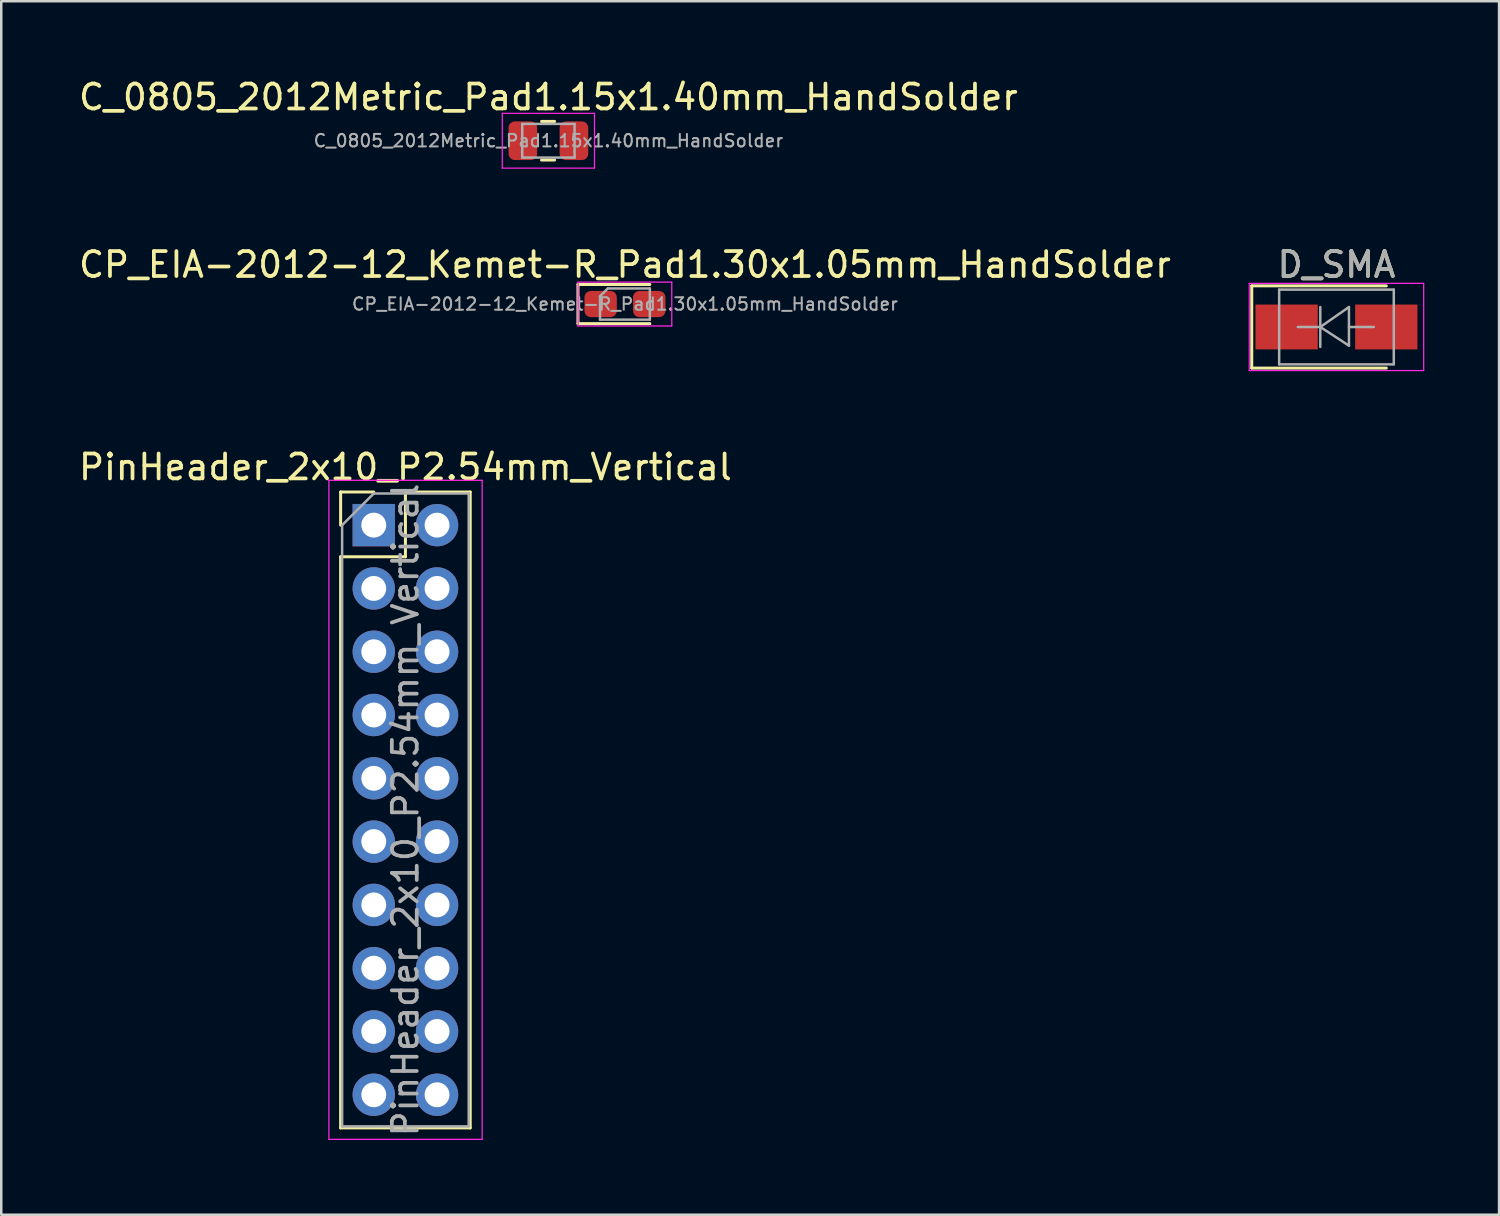
<source format=kicad_pcb>
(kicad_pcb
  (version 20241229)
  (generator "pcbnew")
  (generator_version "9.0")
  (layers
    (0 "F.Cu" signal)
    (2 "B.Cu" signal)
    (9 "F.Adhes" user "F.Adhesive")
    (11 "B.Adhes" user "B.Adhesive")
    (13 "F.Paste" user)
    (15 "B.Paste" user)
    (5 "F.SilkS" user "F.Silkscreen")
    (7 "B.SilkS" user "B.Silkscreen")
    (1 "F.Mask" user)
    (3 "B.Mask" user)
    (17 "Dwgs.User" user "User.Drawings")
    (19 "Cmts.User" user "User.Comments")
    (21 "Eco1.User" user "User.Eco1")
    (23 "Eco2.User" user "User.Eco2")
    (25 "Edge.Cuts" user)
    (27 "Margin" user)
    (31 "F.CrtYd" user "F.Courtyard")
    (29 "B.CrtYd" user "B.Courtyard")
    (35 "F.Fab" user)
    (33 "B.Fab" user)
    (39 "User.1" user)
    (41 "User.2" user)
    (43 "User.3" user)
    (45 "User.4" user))
  (footprint "CP_EIA-2012-12_Kemet-R_Pad1.30x1.05mm_HandSolder"
    (layer "F.Cu")
    (at 22.03 9.152)
    (property "Reference" "CP_EIA-2012-12_Kemet-R_Pad1.30x1.05mm_HandSolder" (at 0 -1.58 0) (layer "F.SilkS") (effects (font (size 1 1) (thickness 0.15))))
    (attr smd)
    (fp_line (start -1.885 -0.785) (end -1.885 0.785) (stroke (width 0.12) (type solid)) (layer "F.SilkS"))
    (fp_line (start -1.885 0.785) (end 1 0.785) (stroke (width 0.12) (type solid)) (layer "F.SilkS"))
    (fp_line (start 1 -0.785) (end -1.885 -0.785) (stroke (width 0.12) (type solid)) (layer "F.SilkS"))
    (fp_line (start -1.88 -0.88) (end 1.88 -0.88) (stroke (width 0.05) (type solid)) (layer "F.CrtYd"))
    (fp_line (start -1.88 0.88) (end -1.88 -0.88) (stroke (width 0.05) (type solid)) (layer "F.CrtYd"))
    (fp_line (start 1.88 -0.88) (end 1.88 0.88) (stroke (width 0.05) (type solid)) (layer "F.CrtYd"))
    (fp_line (start 1.88 0.88) (end -1.88 0.88) (stroke (width 0.05) (type solid)) (layer "F.CrtYd"))
    (fp_line (start -1 -0.312) (end -1 0.625) (stroke (width 0.1) (type solid)) (layer "F.Fab"))
    (fp_line (start -1 0.625) (end 1 0.625) (stroke (width 0.1) (type solid)) (layer "F.Fab"))
    (fp_line (start -0.688 -0.625) (end -1 -0.312) (stroke (width 0.1) (type solid)) (layer "F.Fab"))
    (fp_line (start 1 -0.625) (end -0.688 -0.625) (stroke (width 0.1) (type solid)) (layer "F.Fab"))
    (fp_line (start 1 0.625) (end 1 -0.625) (stroke (width 0.1) (type solid)) (layer "F.Fab"))
    (fp_text user "${REFERENCE}" (at 0 0 0) (layer "F.Fab") (effects (font (size 0.5 0.5) (thickness 0.08))))
    (pad "1" smd roundrect (at -0.975 0) (size 1.3 1.05) (layers "F.Cu" "F.Mask" "F.Paste") (roundrect_rratio 0.238))
    (pad "2" smd roundrect (at 0.975 0) (size 1.3 1.05) (layers "F.Cu" "F.Mask" "F.Paste") (roundrect_rratio 0.238)))
  (footprint "D_SMA"
    (layer "F.Cu")
    (at 50.585 10.072)
    (property "Reference" "D_SMA" (at 0 -2.5 0) (layer "F.SilkS") (effects (font (size 1 1) (thickness 0.15))))
    (attr smd)
    (fp_line (start -3.4 -1.65) (end -3.4 1.65) (stroke (width 0.12) (type solid)) (layer "F.SilkS"))
    (fp_line (start -3.4 -1.65) (end 2 -1.65) (stroke (width 0.12) (type solid)) (layer "F.SilkS"))
    (fp_line (start -3.4 1.65) (end 2 1.65) (stroke (width 0.12) (type solid)) (layer "F.SilkS"))
    (fp_line (start -3.5 -1.75) (end 3.5 -1.75) (stroke (width 0.05) (type solid)) (layer "F.CrtYd"))
    (fp_line (start -3.5 1.75) (end -3.5 -1.75) (stroke (width 0.05) (type solid)) (layer "F.CrtYd"))
    (fp_line (start 3.5 -1.75) (end 3.5 1.75) (stroke (width 0.05) (type solid)) (layer "F.CrtYd"))
    (fp_line (start 3.5 1.75) (end -3.5 1.75) (stroke (width 0.05) (type solid)) (layer "F.CrtYd"))
    (fp_line (start -2.3 1.5) (end -2.3 -1.5) (stroke (width 0.1) (type solid)) (layer "F.Fab"))
    (fp_line (start -0.649 -0.799) (end -0.649 0.801) (stroke (width 0.1) (type solid)) (layer "F.Fab"))
    (fp_line (start -0.649 0.001) (end -1.551 0.001) (stroke (width 0.1) (type solid)) (layer "F.Fab"))
    (fp_line (start -0.649 0.001) (end 0.501 -0.799) (stroke (width 0.1) (type solid)) (layer "F.Fab"))
    (fp_line (start -0.649 0.001) (end 0.501 0.75) (stroke (width 0.1) (type solid)) (layer "F.Fab"))
    (fp_line (start 0.501 0.001) (end 1.499 0.001) (stroke (width 0.1) (type solid)) (layer "F.Fab"))
    (fp_line (start 0.501 0.75) (end 0.501 -0.799) (stroke (width 0.1) (type solid)) (layer "F.Fab"))
    (fp_line (start 2.3 -1.5) (end -2.3 -1.5) (stroke (width 0.1) (type solid)) (layer "F.Fab"))
    (fp_line (start 2.3 -1.5) (end 2.3 1.5) (stroke (width 0.1) (type solid)) (layer "F.Fab"))
    (fp_line (start 2.3 1.5) (end -2.3 1.5) (stroke (width 0.1) (type solid)) (layer "F.Fab"))
    (fp_text user "${REFERENCE}" (at 0 -2.5 0) (layer "F.Fab") (effects (font (size 1 1) (thickness 0.15))))
    (pad "1" smd rect (at 2 0) (size 2.5 1.8) (layers "F.Cu" "F.Mask" "F.Paste"))
    (pad "2" smd rect (at -2 0) (size 2.5 1.8) (layers "F.Cu" "F.Mask" "F.Paste")))
  (footprint "PinHeader_2x10_P2.54mm_Vertical"
    (layer "F.Cu")
    (at 11.95 18.025)
    (property "Reference" "PinHeader_2x10_P2.54mm_Vertical" (at 1.27 -2.33 0) (layer "F.SilkS") (effects (font (size 1 1) (thickness 0.15))))
    (attr through_hole)
    (fp_line (start -1.33 -1.33) (end 0 -1.33) (stroke (width 0.12) (type solid)) (layer "F.SilkS"))
    (fp_line (start -1.33 0) (end -1.33 -1.33) (stroke (width 0.12) (type solid)) (layer "F.SilkS"))
    (fp_line (start -1.33 1.27) (end -1.33 24.19) (stroke (width 0.12) (type solid)) (layer "F.SilkS"))
    (fp_line (start -1.33 1.27) (end 1.27 1.27) (stroke (width 0.12) (type solid)) (layer "F.SilkS"))
    (fp_line (start -1.33 24.19) (end 3.87 24.19) (stroke (width 0.12) (type solid)) (layer "F.SilkS"))
    (fp_line (start 1.27 -1.33) (end 3.87 -1.33) (stroke (width 0.12) (type solid)) (layer "F.SilkS"))
    (fp_line (start 1.27 1.27) (end 1.27 -1.33) (stroke (width 0.12) (type solid)) (layer "F.SilkS"))
    (fp_line (start 3.87 -1.33) (end 3.87 24.19) (stroke (width 0.12) (type solid)) (layer "F.SilkS"))
    (fp_line (start -1.8 -1.8) (end -1.8 24.65) (stroke (width 0.05) (type solid)) (layer "F.CrtYd"))
    (fp_line (start -1.8 24.65) (end 4.35 24.65) (stroke (width 0.05) (type solid)) (layer "F.CrtYd"))
    (fp_line (start 4.35 -1.8) (end -1.8 -1.8) (stroke (width 0.05) (type solid)) (layer "F.CrtYd"))
    (fp_line (start 4.35 24.65) (end 4.35 -1.8) (stroke (width 0.05) (type solid)) (layer "F.CrtYd"))
    (fp_line (start -1.27 0) (end 0 -1.27) (stroke (width 0.1) (type solid)) (layer "F.Fab"))
    (fp_line (start -1.27 24.13) (end -1.27 0) (stroke (width 0.1) (type solid)) (layer "F.Fab"))
    (fp_line (start 0 -1.27) (end 3.81 -1.27) (stroke (width 0.1) (type solid)) (layer "F.Fab"))
    (fp_line (start 3.81 -1.27) (end 3.81 24.13) (stroke (width 0.1) (type solid)) (layer "F.Fab"))
    (fp_line (start 3.81 24.13) (end -1.27 24.13) (stroke (width 0.1) (type solid)) (layer "F.Fab"))
    (fp_text user "${REFERENCE}" (at 1.27 11.43 90) (layer "F.Fab") (effects (font (size 1 1) (thickness 0.15))))
    (pad "1" thru_hole rect (at 0 0) (size 1.7 1.7) (drill 1) (layers "*.Cu" "*.Mask"))
    (pad "2" thru_hole oval (at 2.54 0) (size 1.7 1.7) (drill 1) (layers "*.Cu" "*.Mask"))
    (pad "3" thru_hole oval (at 0 2.54) (size 1.7 1.7) (drill 1) (layers "*.Cu" "*.Mask"))
    (pad "4" thru_hole oval (at 2.54 2.54) (size 1.7 1.7) (drill 1) (layers "*.Cu" "*.Mask"))
    (pad "5" thru_hole oval (at 0 5.08) (size 1.7 1.7) (drill 1) (layers "*.Cu" "*.Mask"))
    (pad "6" thru_hole oval (at 2.54 5.08) (size 1.7 1.7) (drill 1) (layers "*.Cu" "*.Mask"))
    (pad "7" thru_hole oval (at 0 7.62) (size 1.7 1.7) (drill 1) (layers "*.Cu" "*.Mask"))
    (pad "8" thru_hole oval (at 2.54 7.62) (size 1.7 1.7) (drill 1) (layers "*.Cu" "*.Mask"))
    (pad "9" thru_hole oval (at 0 10.16) (size 1.7 1.7) (drill 1) (layers "*.Cu" "*.Mask"))
    (pad "10" thru_hole oval (at 2.54 10.16) (size 1.7 1.7) (drill 1) (layers "*.Cu" "*.Mask"))
    (pad "11" thru_hole oval (at 0 12.7) (size 1.7 1.7) (drill 1) (layers "*.Cu" "*.Mask"))
    (pad "12" thru_hole oval (at 2.54 12.7) (size 1.7 1.7) (drill 1) (layers "*.Cu" "*.Mask"))
    (pad "13" thru_hole oval (at 0 15.24) (size 1.7 1.7) (drill 1) (layers "*.Cu" "*.Mask"))
    (pad "14" thru_hole oval (at 2.54 15.24) (size 1.7 1.7) (drill 1) (layers "*.Cu" "*.Mask"))
    (pad "15" thru_hole oval (at 0 17.78) (size 1.7 1.7) (drill 1) (layers "*.Cu" "*.Mask"))
    (pad "16" thru_hole oval (at 2.54 17.78) (size 1.7 1.7) (drill 1) (layers "*.Cu" "*.Mask"))
    (pad "17" thru_hole oval (at 0 20.32) (size 1.7 1.7) (drill 1) (layers "*.Cu" "*.Mask"))
    (pad "18" thru_hole oval (at 2.54 20.32) (size 1.7 1.7) (drill 1) (layers "*.Cu" "*.Mask"))
    (pad "19" thru_hole oval (at 0 22.86) (size 1.7 1.7) (drill 1) (layers "*.Cu" "*.Mask"))
    (pad "20" thru_hole oval (at 2.54 22.86) (size 1.7 1.7) (drill 1) (layers "*.Cu" "*.Mask")))
  (footprint "C_0805_2012Metric_Pad1.15x1.40mm_HandSolder"
    (layer "F.Cu")
    (at 18.958 2.598)
    (property "Reference" "C_0805_2012Metric_Pad1.15x1.40mm_HandSolder" (at 0 -1.75 0) (layer "F.SilkS") (effects (font (size 1 1) (thickness 0.15))))
    (attr smd)
    (fp_line (start -0.275 0.775) (end 0.248 0.775) (stroke (width 0.12) (type solid)) (layer "F.SilkS"))
    (fp_line (start -0.273 -0.775) (end 0.25 -0.775) (stroke (width 0.12) (type solid)) (layer "F.SilkS"))
    (fp_line (start -1.85 -1.1) (end 1.85 -1.1) (stroke (width 0.05) (type solid)) (layer "F.CrtYd"))
    (fp_line (start -1.85 1.1) (end -1.85 -1.1) (stroke (width 0.05) (type solid)) (layer "F.CrtYd"))
    (fp_line (start 1.85 -1.1) (end 1.85 1.1) (stroke (width 0.05) (type solid)) (layer "F.CrtYd"))
    (fp_line (start 1.85 1.1) (end -1.85 1.1) (stroke (width 0.05) (type solid)) (layer "F.CrtYd"))
    (fp_line (start -1.05 -0.675) (end 1.05 -0.675) (stroke (width 0.1) (type solid)) (layer "F.Fab"))
    (fp_line (start -1.05 0.675) (end -1.05 -0.675) (stroke (width 0.1) (type solid)) (layer "F.Fab"))
    (fp_line (start 1.05 -0.675) (end 1.05 0.675) (stroke (width 0.1) (type solid)) (layer "F.Fab"))
    (fp_line (start 1.05 0.675) (end -1.05 0.675) (stroke (width 0.1) (type solid)) (layer "F.Fab"))
    (fp_text user "${REFERENCE}" (at 0 0 0) (layer "F.Fab") (effects (font (size 0.5 0.5) (thickness 0.08))))
    (pad "1" smd roundrect (at -1.025 0) (size 1.15 1.55) (layers "F.Cu" "F.Mask" "F.Paste") (roundrect_rratio 0.217))
    (pad "2" smd roundrect (at 1.025 0) (size 1.15 1.55) (layers "F.Cu" "F.Mask" "F.Paste") (roundrect_rratio 0.217)))
  (gr_rect
    (start -3 -3)
    (end 57.11 45.7)
    (stroke (width 0.1) (type default))
    (fill no)
    (layer "Edge.Cuts")))
</source>
